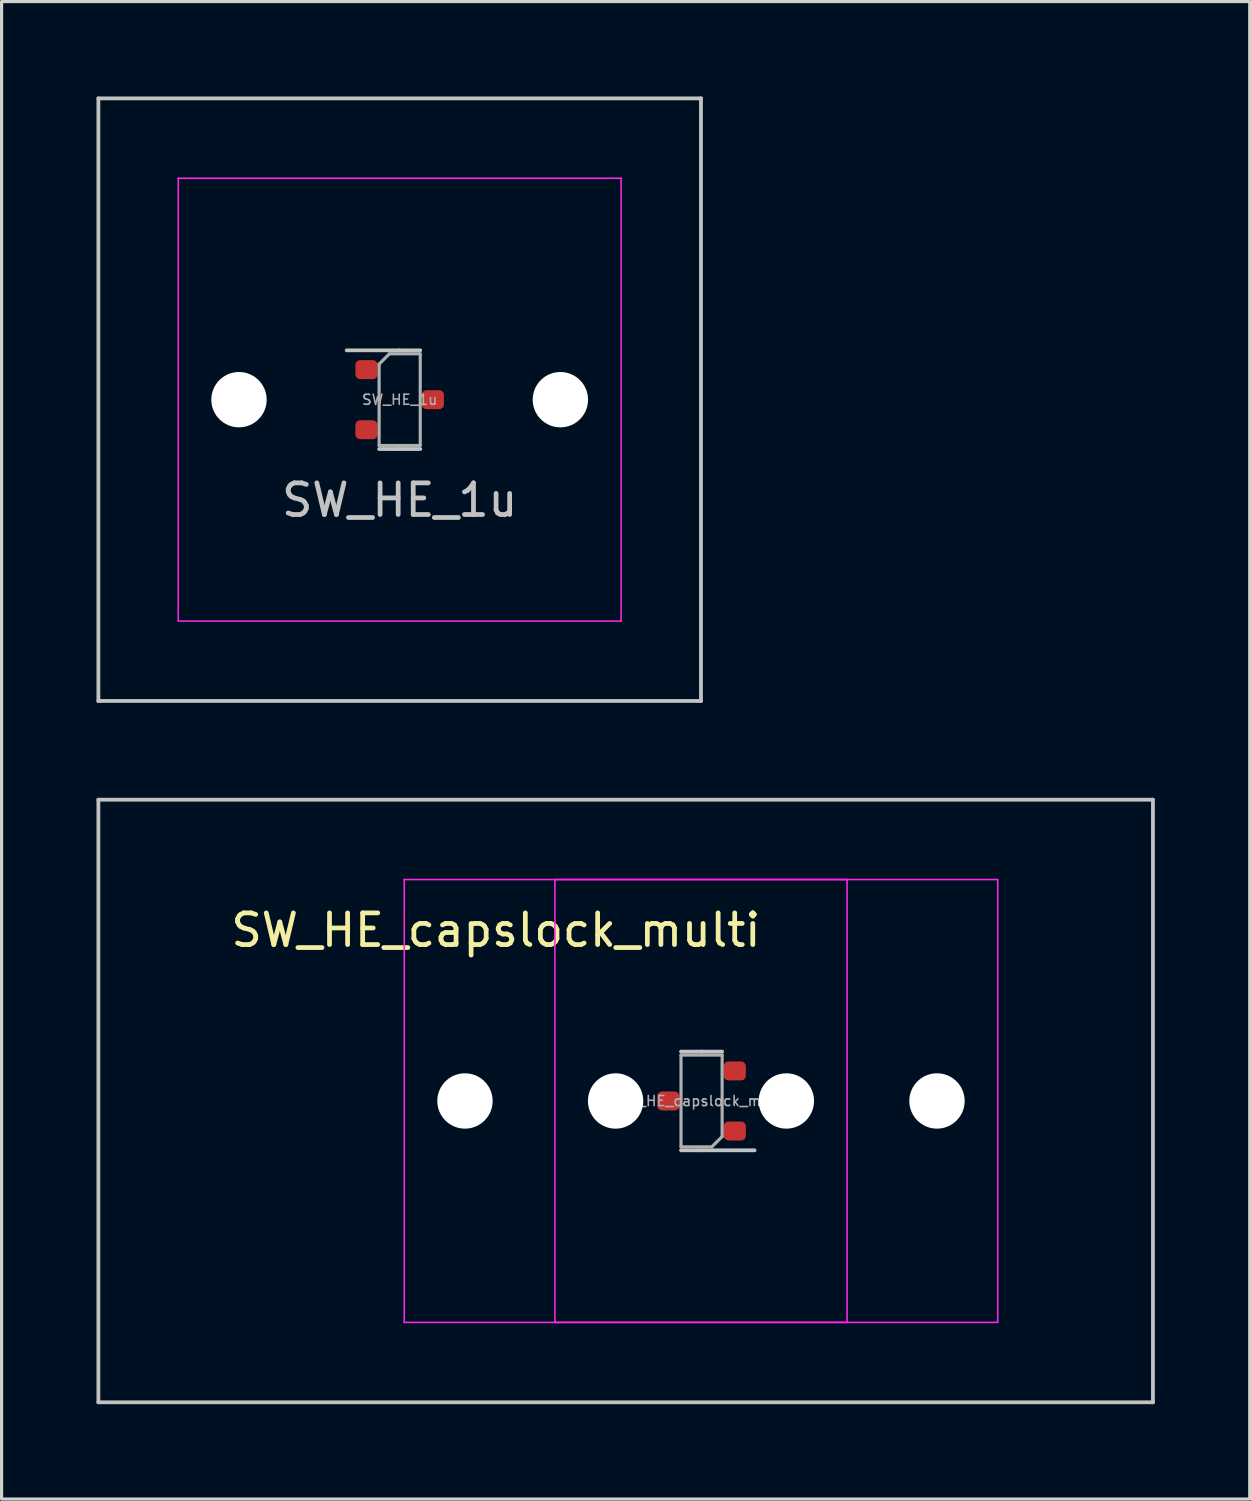
<source format=kicad_pcb>
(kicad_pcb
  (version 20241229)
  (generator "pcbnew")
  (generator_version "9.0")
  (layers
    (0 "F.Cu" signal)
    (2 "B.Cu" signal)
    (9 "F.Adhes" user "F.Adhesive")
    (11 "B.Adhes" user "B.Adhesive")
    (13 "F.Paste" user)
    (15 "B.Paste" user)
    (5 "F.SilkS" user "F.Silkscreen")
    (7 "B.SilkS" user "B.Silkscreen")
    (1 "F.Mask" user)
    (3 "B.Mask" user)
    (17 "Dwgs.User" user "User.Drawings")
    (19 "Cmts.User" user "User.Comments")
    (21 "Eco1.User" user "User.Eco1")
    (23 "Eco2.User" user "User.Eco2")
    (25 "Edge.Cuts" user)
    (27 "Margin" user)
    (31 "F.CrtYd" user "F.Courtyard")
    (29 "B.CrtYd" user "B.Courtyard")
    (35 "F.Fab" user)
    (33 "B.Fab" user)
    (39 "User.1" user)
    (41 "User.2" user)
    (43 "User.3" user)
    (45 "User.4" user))
  (footprint "SW_HE_capslock_multi"
    (layer "F.Cu")
    (at 16.729 31.755)
    (property "Reference" "SW_HE_capslock_multi" (at -4.1 -5.4 0) (layer "F.SilkS") (effects (font (size 1 1) (thickness 0.15))))
    (attr through_hole exclude_from_pos_files exclude_from_bom)
    (fp_line (start -16.669 -9.525) (end -16.669 9.525) (stroke (width 0.12) (type solid)) (layer "Dwgs.User"))
    (fp_line (start -16.669 9.525) (end 16.669 9.525) (stroke (width 0.12) (type solid)) (layer "Dwgs.User"))
    (fp_line (start 2.4 -1.56) (end 1.75 -1.56) (stroke (width 0.12) (type solid)) (layer "Dwgs.User"))
    (fp_line (start 2.4 -1.56) (end 3.05 -1.56) (stroke (width 0.12) (type solid)) (layer "Dwgs.User"))
    (fp_line (start 2.4 1.56) (end 1.75 1.56) (stroke (width 0.12) (type solid)) (layer "Dwgs.User"))
    (fp_line (start 2.4 1.56) (end 4.075 1.56) (stroke (width 0.12) (type solid)) (layer "Dwgs.User"))
    (fp_line (start 16.669 -9.525) (end -16.669 -9.525) (stroke (width 0.12) (type solid)) (layer "Dwgs.User"))
    (fp_line (start 16.669 9.525) (end 16.669 -9.525) (stroke (width 0.12) (type solid)) (layer "Dwgs.User"))
    (fp_line (start -7 6.5) (end -7 -6.5) (stroke (width 0.05) (type solid)) (layer "Eco2.User"))
    (fp_line (start -6.5 -7) (end 6.5 -7) (stroke (width 0.05) (type solid)) (layer "Eco2.User"))
    (fp_line (start -2.237 6.5) (end -2.237 -6.5) (stroke (width 0.05) (type solid)) (layer "Eco2.User"))
    (fp_line (start -1.738 -7) (end 11.262 -7) (stroke (width 0.05) (type solid)) (layer "Eco2.User"))
    (fp_line (start 6.5 7) (end -6.5 7) (stroke (width 0.05) (type solid)) (layer "Eco2.User"))
    (fp_line (start 7 -6.5) (end 7 6.5) (stroke (width 0.05) (type solid)) (layer "Eco2.User"))
    (fp_line (start 11.262 7) (end -1.738 7) (stroke (width 0.05) (type solid)) (layer "Eco2.User"))
    (fp_line (start 11.762 -6.5) (end 11.762 6.5) (stroke (width 0.05) (type solid)) (layer "Eco2.User"))
    (fp_arc (start -7 -6.5) (mid -6.853564 -6.853564) (end -6.5 -7) (stroke (width 0.05) (type solid)) (layer "Eco2.User"))
    (fp_arc (start -6.5 7) (mid -6.853528 6.853528) (end -7 6.5) (stroke (width 0.05) (type solid)) (layer "Eco2.User"))
    (fp_arc (start -2.2375 -6.5) (mid -2.091053 -6.853553) (end -1.7375 -7) (stroke (width 0.05) (type solid)) (layer "Eco2.User"))
    (fp_arc (start -1.7375 7) (mid -2.091053 6.853553) (end -2.2375 6.5) (stroke (width 0.05) (type solid)) (layer "Eco2.User"))
    (fp_arc (start 6.5 -7) (mid 6.853524 -6.853524) (end 7 -6.5) (stroke (width 0.05) (type solid)) (layer "Eco2.User"))
    (fp_arc (start 6.997236 6.498884) (mid 6.850785 6.852434) (end 6.497236 6.998884) (stroke (width 0.05) (type solid)) (layer "Eco2.User"))
    (fp_arc (start 11.2625 -7) (mid 11.616053 -6.853553) (end 11.7625 -6.5) (stroke (width 0.05) (type solid)) (layer "Eco2.User"))
    (fp_arc (start 11.759736 6.498884) (mid 11.613306 6.852455) (end 11.259736 6.998884) (stroke (width 0.05) (type solid)) (layer "Eco2.User"))
    (fp_line (start -7 -7) (end -7 7) (stroke (width 0.05) (type solid)) (layer "F.CrtYd"))
    (fp_line (start -7 7) (end 7 7) (stroke (width 0.05) (type solid)) (layer "F.CrtYd"))
    (fp_line (start -2.237 -7) (end -2.237 7) (stroke (width 0.05) (type solid)) (layer "F.CrtYd"))
    (fp_line (start -2.237 7) (end 11.762 7) (stroke (width 0.05) (type solid)) (layer "F.CrtYd"))
    (fp_line (start 7 -7) (end -7 -7) (stroke (width 0.05) (type solid)) (layer "F.CrtYd"))
    (fp_line (start 7 7) (end 7 -7) (stroke (width 0.05) (type solid)) (layer "F.CrtYd"))
    (fp_line (start 11.762 -7) (end -2.237 -7) (stroke (width 0.05) (type solid)) (layer "F.CrtYd"))
    (fp_line (start 11.762 7) (end 11.762 -7) (stroke (width 0.05) (type solid)) (layer "F.CrtYd"))
    (fp_line (start 1.75 -1.45) (end 3.05 -1.45) (stroke (width 0.1) (type solid)) (layer "F.Fab"))
    (fp_line (start 1.75 1.45) (end 1.75 -1.45) (stroke (width 0.1) (type solid)) (layer "F.Fab"))
    (fp_line (start 2.725 1.45) (end 1.75 1.45) (stroke (width 0.1) (type solid)) (layer "F.Fab"))
    (fp_line (start 3.05 -1.45) (end 3.05 1.125) (stroke (width 0.1) (type solid)) (layer "F.Fab"))
    (fp_line (start 3.05 1.125) (end 2.725 1.45) (stroke (width 0.1) (type solid)) (layer "F.Fab"))
    (fp_text user "${REFERENCE}" (at 2.4 0 180) (layer "F.Fab") (effects (font (size 0.32 0.32) (thickness 0.05))))
    (pad "" np_thru_hole circle (at -5.08 0) (size 1.75 1.75) (drill 1.75) (layers "*.Cu" "*.Mask"))
    (pad "" np_thru_hole circle (at -0.318 0) (size 1.75 1.75) (drill 1.75) (layers "*.Cu" "*.Mask"))
    (pad "" np_thru_hole circle (at 5.08 0) (size 1.75 1.75) (drill 1.75) (layers "*.Cu" "*.Mask"))
    (pad "" np_thru_hole circle (at 9.842 0) (size 1.75 1.75) (drill 1.75) (layers "*.Cu" "*.Mask"))
    (pad "1" smd roundrect (at 3.45 0.95 180) (size 0.7 0.6) (layers "F.Cu" "F.Mask" "F.Paste") (roundrect_rratio 0.25))
    (pad "2" smd roundrect (at 1.35 0 180) (size 0.7 0.6) (layers "F.Cu" "F.Mask" "F.Paste") (roundrect_rratio 0.25))
    (pad "3" smd roundrect (at 3.45 -0.95 180) (size 0.7 0.6) (layers "F.Cu" "F.Mask" "F.Paste") (roundrect_rratio 0.25))
    (zone (net_name "") (layers "F.Cu" "Dwgs.User") (hatch edge 0.508) (connect_pads) (min_thickness 0.254) (filled_areas_thickness no) (keepout (tracks allowed) (vias allowed) (pads allowed) (copperpour not_allowed) (footprints allowed)) (placement (enabled no)) (fill (island_removal_mode 2) (island_area_min 10)) (polygon (pts (xy 17.581 31.255) (xy 17.561 31.257) (xy 17.533 31.285) (xy 17.531 31.305) (xy 17.531 32.205) (xy 17.533 32.225) (xy 17.561 32.253) (xy 17.581 32.255) (xy 18.181 32.255) (xy 18.201 32.257) (xy 18.229 32.285) (xy 18.231 32.305) (xy 18.231 33.405) (xy 18.233 33.425) (xy 18.261 33.453) (xy 18.281 33.455) (xy 19.981 33.455) (xy 20.001 33.45) (xy 20.028 33.425) (xy 20.031 33.405) (xy 20.031 33.255) (xy 20.033 33.235) (xy 20.061 33.206) (xy 20.081 33.205) (xy 20.681 33.205) (xy 20.701 33.203) (xy 20.729 33.175) (xy 20.731 33.155) (xy 20.731 32.255) (xy 20.729 32.235) (xy 20.701 32.207) (xy 20.681 32.205) (xy 20.081 32.205) (xy 20.061 32.203) (xy 20.033 32.175) (xy 20.031 32.155) (xy 20.031 31.355) (xy 20.033 31.335) (xy 20.061 31.307) (xy 20.081 31.305) (xy 20.681 31.305) (xy 20.701 31.303) (xy 20.729 31.275) (xy 20.731 31.255) (xy 20.731 30.355) (xy 20.729 30.335) (xy 20.701 30.307) (xy 20.681 30.305) (xy 20.081 30.305) (xy 20.061 30.303) (xy 20.033 30.275) (xy 20.031 30.255) (xy 20.031 30.105) (xy 20.029 30.085) (xy 20.001 30.057) (xy 19.981 30.055) (xy 18.281 30.055) (xy 18.261 30.057) (xy 18.233 30.085) (xy 18.231 30.105) (xy 18.231 31.205) (xy 18.229 31.225) (xy 18.201 31.253) (xy 18.181 31.255)))))
  (footprint "SW_HE_1u"
    (layer "F.Cu")
    (at 9.585 9.585)
    (property "Reference" "SW_HE_1u" (at 0 3.175 0) (layer "Dwgs.User") (effects (font (size 1 1) (thickness 0.15))))
    (attr through_hole exclude_from_pos_files exclude_from_bom)
    (fp_line (start -9.525 -9.525) (end -9.525 9.525) (stroke (width 0.12) (type solid)) (layer "Dwgs.User"))
    (fp_line (start -9.525 9.525) (end 9.525 9.525) (stroke (width 0.12) (type solid)) (layer "Dwgs.User"))
    (fp_line (start 0 -1.56) (end -1.675 -1.56) (stroke (width 0.12) (type solid)) (layer "Dwgs.User"))
    (fp_line (start 0 -1.56) (end 0.65 -1.56) (stroke (width 0.12) (type solid)) (layer "Dwgs.User"))
    (fp_line (start 0 1.56) (end -0.65 1.56) (stroke (width 0.12) (type solid)) (layer "Dwgs.User"))
    (fp_line (start 0 1.56) (end 0.65 1.56) (stroke (width 0.12) (type solid)) (layer "Dwgs.User"))
    (fp_line (start 9.525 -9.525) (end -9.525 -9.525) (stroke (width 0.12) (type solid)) (layer "Dwgs.User"))
    (fp_line (start 9.525 9.525) (end 9.525 -9.525) (stroke (width 0.12) (type solid)) (layer "Dwgs.User"))
    (fp_line (start -7 6.5) (end -7 -6.5) (stroke (width 0.05) (type solid)) (layer "Eco2.User"))
    (fp_line (start -6.5 -7) (end 6.5 -7) (stroke (width 0.05) (type solid)) (layer "Eco2.User"))
    (fp_line (start 6.5 7) (end -6.5 7) (stroke (width 0.05) (type solid)) (layer "Eco2.User"))
    (fp_line (start 7 -6.5) (end 7 6.5) (stroke (width 0.05) (type solid)) (layer "Eco2.User"))
    (fp_arc (start -7 -6.5) (mid -6.853553 -6.853553) (end -6.5 -7) (stroke (width 0.05) (type solid)) (layer "Eco2.User"))
    (fp_arc (start -6.5 7) (mid -6.853553 6.853553) (end -7 6.5) (stroke (width 0.05) (type solid)) (layer "Eco2.User"))
    (fp_arc (start 6.5 -7) (mid 6.853553 -6.853553) (end 7 -6.5) (stroke (width 0.05) (type solid)) (layer "Eco2.User"))
    (fp_arc (start 6.997236 6.498884) (mid 6.850789 6.852437) (end 6.497236 6.998884) (stroke (width 0.05) (type solid)) (layer "Eco2.User"))
    (fp_line (start -7 -7) (end -7 7) (stroke (width 0.05) (type solid)) (layer "F.CrtYd"))
    (fp_line (start -7 7) (end 7 7) (stroke (width 0.05) (type solid)) (layer "F.CrtYd"))
    (fp_line (start 7 -7) (end -7 -7) (stroke (width 0.05) (type solid)) (layer "F.CrtYd"))
    (fp_line (start 7 7) (end 7 -7) (stroke (width 0.05) (type solid)) (layer "F.CrtYd"))
    (fp_line (start -0.65 -1.125) (end -0.325 -1.45) (stroke (width 0.1) (type solid)) (layer "F.Fab"))
    (fp_line (start -0.65 1.45) (end -0.65 -1.125) (stroke (width 0.1) (type solid)) (layer "F.Fab"))
    (fp_line (start -0.325 -1.45) (end 0.65 -1.45) (stroke (width 0.1) (type solid)) (layer "F.Fab"))
    (fp_line (start 0.65 -1.45) (end 0.65 1.45) (stroke (width 0.1) (type solid)) (layer "F.Fab"))
    (fp_line (start 0.65 1.45) (end -0.65 1.45) (stroke (width 0.1) (type solid)) (layer "F.Fab"))
    (fp_text user "${REFERENCE}" (at 0 0 0) (layer "F.Fab") (effects (font (size 0.32 0.32) (thickness 0.05))))
    (pad "" np_thru_hole circle (at -5.08 0) (size 1.75 1.75) (drill 1.75) (layers "*.Cu" "*.Mask"))
    (pad "" np_thru_hole circle (at 5.08 0) (size 1.75 1.75) (drill 1.75) (layers "*.Cu" "*.Mask"))
    (pad "1" smd roundrect (at -1.05 -0.95) (size 0.7 0.6) (layers "F.Cu" "F.Mask" "F.Paste") (roundrect_rratio 0.25))
    (pad "2" smd roundrect (at 1.05 0) (size 0.7 0.6) (layers "F.Cu" "F.Mask" "F.Paste") (roundrect_rratio 0.25))
    (pad "3" smd roundrect (at -1.05 0.95) (size 0.7 0.6) (layers "F.Cu" "F.Mask" "F.Paste") (roundrect_rratio 0.25))
    (zone (net_name "") (layers "F.Cu" "Dwgs.User") (hatch edge 0.508) (connect_pads) (min_thickness 0.254) (filled_areas_thickness no) (keepout (tracks allowed) (vias allowed) (pads allowed) (copperpour not_allowed) (footprints allowed)) (placement (enabled no)) (fill (island_removal_mode 2) (island_area_min 10)) (polygon (pts (arc (start 11.035 9.985) (mid 11.070355 9.970355) (end 11.085 9.935)) (arc (start 11.085 9.235) (mid 11.070355 9.199645) (end 11.035 9.185)) (arc (start 10.435 9.185) (mid 10.399645 9.170355) (end 10.385 9.135)) (arc (start 10.385 8.035) (mid 10.370355 7.999645) (end 10.335 7.985)) (xy 9.135 7.985) (xy 8.885 8.235) (arc (start 8.135 8.235) (mid 8.099645 8.249645) (end 8.085 8.285)) (arc (start 8.085 8.985) (mid 8.099645 9.020355) (end 8.135 9.035)) (arc (start 8.735 9.035) (mid 8.770355 9.049645) (end 8.785 9.085)) (arc (start 8.785 10.085) (mid 8.770355 10.120355) (end 8.735 10.135)) (arc (start 8.135 10.135) (mid 8.099645 10.149645) (end 8.085 10.185)) (arc (start 8.085 10.885) (mid 8.099645 10.920355) (end 8.135 10.935)) (arc (start 8.735 10.935) (mid 8.770355 10.949645) (end 8.785 10.985)) (arc (start 8.785 11.135) (mid 8.799645 11.170355) (end 8.835 11.185)) (arc (start 10.335 11.185) (mid 10.370355 11.170355) (end 10.385 11.135)) (arc (start 10.385 10.035) (mid 10.399645 9.999645) (end 10.435 9.985))))))
  (gr_rect
    (start -3 -3)
    (end 36.458 44.34)
    (stroke (width 0.1) (type default))
    (fill no)
    (layer "Edge.Cuts")))
</source>
